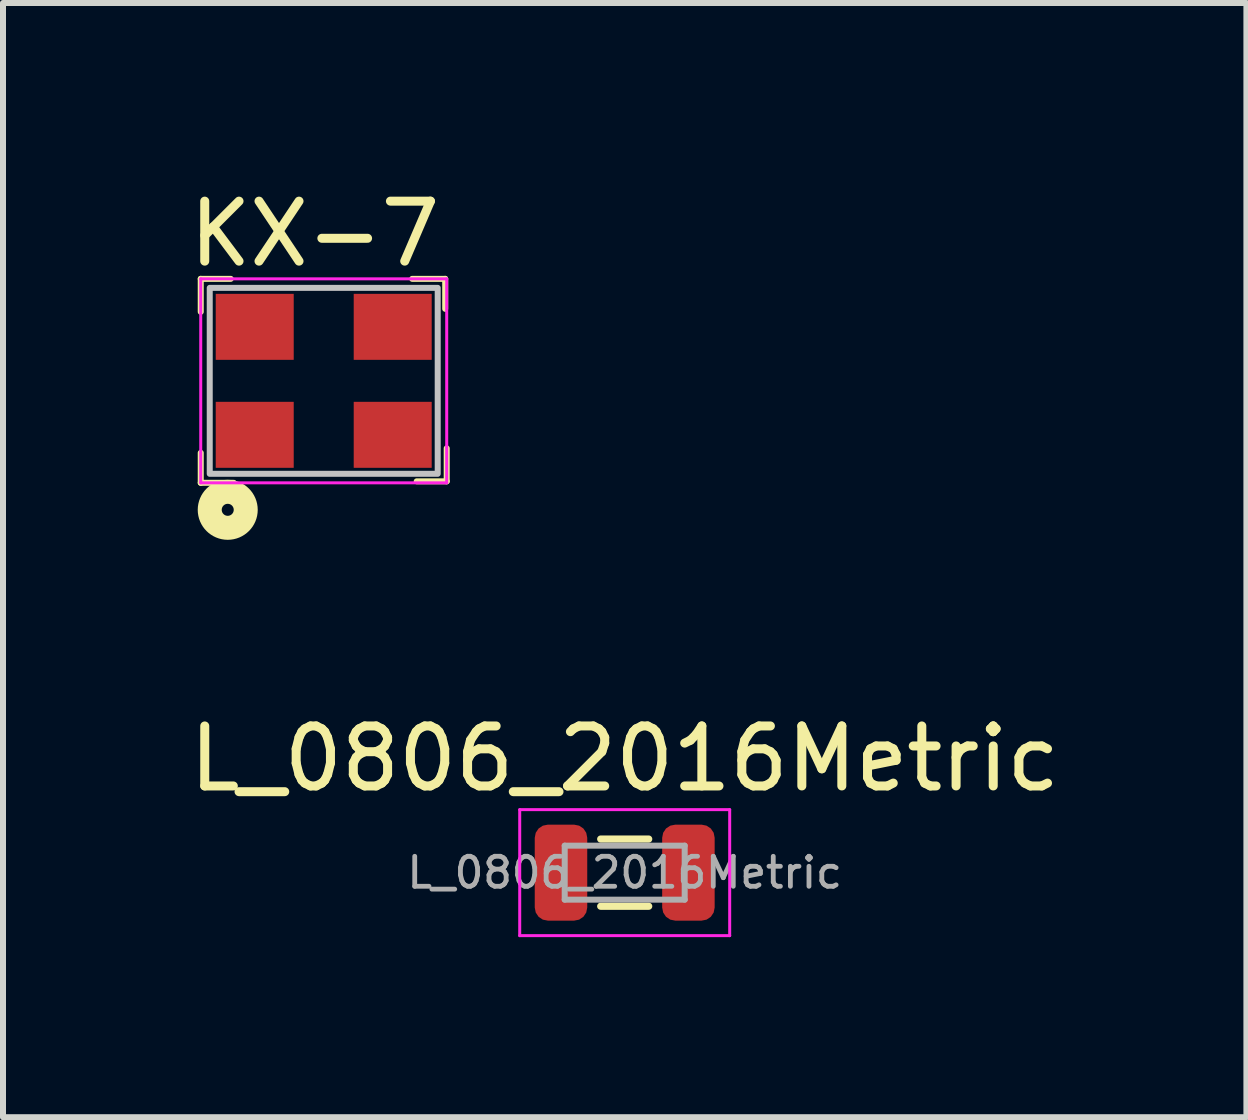
<source format=kicad_pcb>
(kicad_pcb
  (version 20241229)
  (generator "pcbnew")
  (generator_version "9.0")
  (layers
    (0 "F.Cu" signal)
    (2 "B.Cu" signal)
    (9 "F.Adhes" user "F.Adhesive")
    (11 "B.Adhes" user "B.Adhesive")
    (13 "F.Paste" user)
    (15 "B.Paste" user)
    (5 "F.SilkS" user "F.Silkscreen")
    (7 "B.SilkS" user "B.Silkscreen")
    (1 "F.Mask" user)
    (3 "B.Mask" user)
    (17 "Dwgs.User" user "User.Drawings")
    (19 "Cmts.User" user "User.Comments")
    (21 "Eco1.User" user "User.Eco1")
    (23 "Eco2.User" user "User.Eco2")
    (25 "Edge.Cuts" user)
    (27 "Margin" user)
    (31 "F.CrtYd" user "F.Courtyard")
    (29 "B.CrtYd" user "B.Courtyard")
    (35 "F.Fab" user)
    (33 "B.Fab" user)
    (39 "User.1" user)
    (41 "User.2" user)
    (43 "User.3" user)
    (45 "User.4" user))
  (footprint "KX-7"
    (layer "F.Cu")
    (at 2.296 3.248)
    (property "Reference" "KX-7" (at -0.1 -2.4 180) (layer "F.SilkS") (effects (font (size 1 1) (thickness 0.15))))
    (attr smd)
    (fp_line (start -2 -1.65) (end -2 -1.1) (stroke (width 0.1) (type default)) (layer "F.SilkS"))
    (fp_line (start -2 1.25) (end -2 1.75) (stroke (width 0.1) (type default)) (layer "F.SilkS"))
    (fp_line (start -2 1.75) (end -1.45 1.75) (stroke (width 0.1) (type default)) (layer "F.SilkS"))
    (fp_line (start -1.5 -1.65) (end -2 -1.65) (stroke (width 0.1) (type default)) (layer "F.SilkS"))
    (fp_line (start 1.6 1.725) (end 2.1 1.725) (stroke (width 0.1) (type default)) (layer "F.SilkS"))
    (fp_line (start 2.075 -1.65) (end 1.525 -1.65) (stroke (width 0.1) (type default)) (layer "F.SilkS"))
    (fp_line (start 2.075 -1.15) (end 2.075 -1.65) (stroke (width 0.1) (type default)) (layer "F.SilkS"))
    (fp_line (start 2.1 1.725) (end 2.1 1.175) (stroke (width 0.1) (type default)) (layer "F.SilkS"))
    (fp_circle (center -1.55 2.2) (end -1.45 2.2) (stroke (width 0.4) (type solid)) (fill no) (layer "F.SilkS"))
    (fp_rect (start -1.85 -1.5) (end 1.95 1.6) (stroke (width 0.1) (type default)) (fill no) (layer "Dwgs.User"))
    (fp_line (start -2 -1.65) (end 2.1 -1.65) (stroke (width 0.05) (type solid)) (layer "F.CrtYd"))
    (fp_line (start -2 1.75) (end -2 -1.65) (stroke (width 0.05) (type solid)) (layer "F.CrtYd"))
    (fp_line (start 2.1 -1.65) (end 2.1 1.75) (stroke (width 0.05) (type solid)) (layer "F.CrtYd"))
    (fp_line (start 2.1 1.75) (end -2 1.75) (stroke (width 0.05) (type solid)) (layer "F.CrtYd"))
    (pad "1" smd rect (at -1.1 0.95) (size 1.3 1.1) (layers "F.Cu" "F.Mask" "F.Paste"))
    (pad "2" smd rect (at 1.2 0.95) (size 1.3 1.1) (layers "F.Cu" "F.Mask" "F.Paste"))
    (pad "3" smd rect (at 1.2 -0.85) (size 1.3 1.1) (layers "F.Cu" "F.Mask" "F.Paste"))
    (pad "4" smd rect (at -1.1 -0.85) (size 1.3 1.1) (layers "F.Cu" "F.Mask" "F.Paste")))
  (footprint "L_0806_2016Metric"
    (layer "F.Cu")
    (at 7.363 11.496)
    (property "Reference" "L_0806_2016Metric" (at 0 -1.9 0) (layer "F.SilkS") (effects (font (size 1 1) (thickness 0.15))))
    (attr smd)
    (fp_line (start -0.4 -0.56) (end 0.4 -0.56) (stroke (width 0.12) (type solid)) (layer "F.SilkS"))
    (fp_line (start -0.4 0.56) (end 0.4 0.56) (stroke (width 0.12) (type solid)) (layer "F.SilkS"))
    (fp_line (start -1.75 -1.05) (end 1.75 -1.05) (stroke (width 0.05) (type solid)) (layer "F.CrtYd"))
    (fp_line (start -1.75 1.05) (end -1.75 -1.05) (stroke (width 0.05) (type solid)) (layer "F.CrtYd"))
    (fp_line (start 1.75 -1.05) (end 1.75 1.05) (stroke (width 0.05) (type solid)) (layer "F.CrtYd"))
    (fp_line (start 1.75 1.05) (end -1.75 1.05) (stroke (width 0.05) (type solid)) (layer "F.CrtYd"))
    (fp_line (start -1 -0.45) (end 1 -0.45) (stroke (width 0.1) (type solid)) (layer "F.Fab"))
    (fp_line (start -1 0.45) (end -1 -0.45) (stroke (width 0.1) (type solid)) (layer "F.Fab"))
    (fp_line (start 1 -0.45) (end 1 0.45) (stroke (width 0.1) (type solid)) (layer "F.Fab"))
    (fp_line (start 1 0.45) (end -1 0.45) (stroke (width 0.1) (type solid)) (layer "F.Fab"))
    (fp_text user "${REFERENCE}" (at 0 0 0) (layer "F.Fab") (effects (font (size 0.5 0.5) (thickness 0.08))))
    (pad "1" smd roundrect (at -1.062 0) (size 0.875 1.6) (layers "F.Cu" "F.Mask" "F.Paste") (roundrect_rratio 0.25))
    (pad "2" smd roundrect (at 1.062 0) (size 0.875 1.6) (layers "F.Cu" "F.Mask" "F.Paste") (roundrect_rratio 0.25)))
  (gr_rect
    (start -3 -3)
    (end 17.726 15.572)
    (stroke (width 0.1) (type default))
    (fill no)
    (layer "Edge.Cuts")))
</source>
